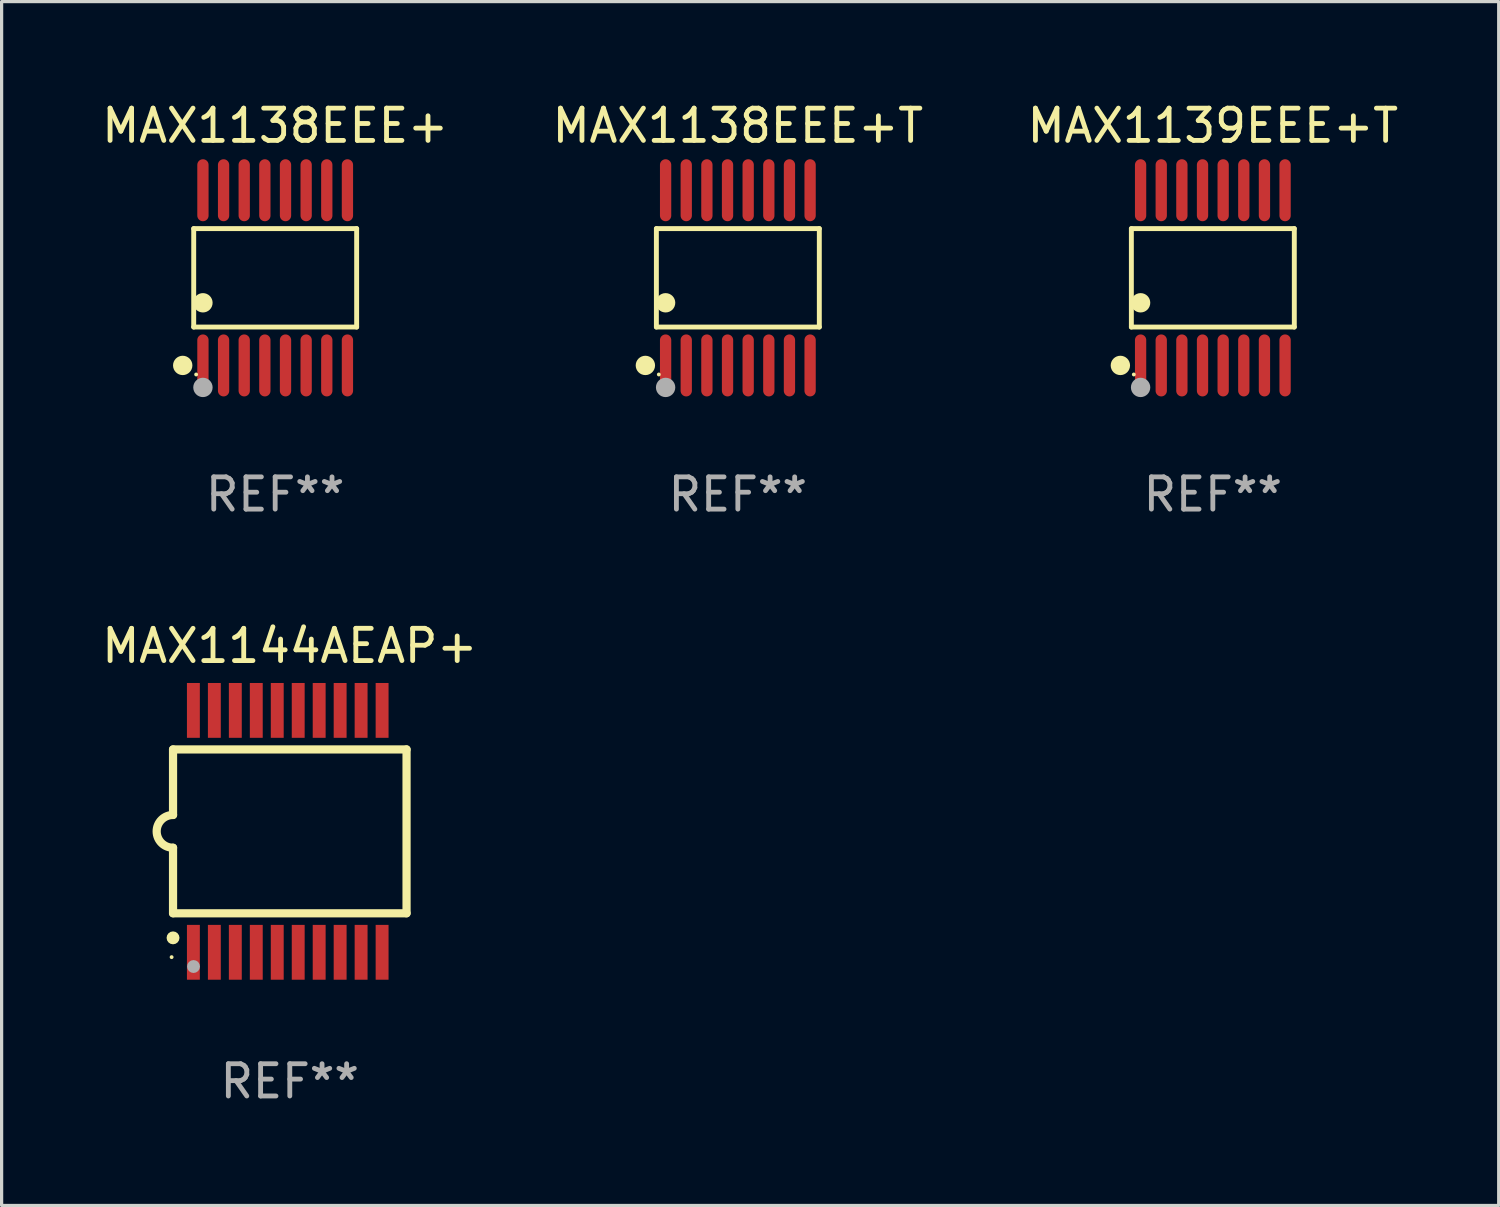
<source format=kicad_pcb>
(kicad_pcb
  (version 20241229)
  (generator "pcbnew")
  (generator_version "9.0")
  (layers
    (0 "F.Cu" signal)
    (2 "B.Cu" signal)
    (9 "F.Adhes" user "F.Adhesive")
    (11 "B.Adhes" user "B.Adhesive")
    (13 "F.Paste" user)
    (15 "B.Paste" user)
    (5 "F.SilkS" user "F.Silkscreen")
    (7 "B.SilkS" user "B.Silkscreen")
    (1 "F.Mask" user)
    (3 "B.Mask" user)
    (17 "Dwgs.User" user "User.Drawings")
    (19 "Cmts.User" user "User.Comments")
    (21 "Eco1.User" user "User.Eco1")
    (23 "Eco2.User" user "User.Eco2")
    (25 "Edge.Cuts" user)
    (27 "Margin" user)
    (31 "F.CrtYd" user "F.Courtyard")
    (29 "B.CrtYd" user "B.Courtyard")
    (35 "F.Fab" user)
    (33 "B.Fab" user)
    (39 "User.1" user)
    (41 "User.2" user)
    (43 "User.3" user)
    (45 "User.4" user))
  (footprint "MAX1138EEE+"
    (layer "F.Cu")
    (at 5.482 5.564)
    (property "Reference" "MAX1138EEE+" (at 0 -4.716 0) (layer "F.SilkS") (effects (font (size 1 1) (thickness 0.15))))
    (attr through_hole)
    (fp_line (start -2.526 -1.526) (end 2.526 -1.526) (stroke (width 0.152) (type solid)) (layer "F.SilkS"))
    (fp_line (start -2.526 1.526) (end -2.526 -1.526) (stroke (width 0.152) (type solid)) (layer "F.SilkS"))
    (fp_line (start 2.526 -1.526) (end 2.526 1.526) (stroke (width 0.152) (type solid)) (layer "F.SilkS"))
    (fp_line (start 2.526 1.526) (end -2.526 1.526) (stroke (width 0.152) (type solid)) (layer "F.SilkS"))
    (fp_circle (center -2.867 2.716) (end -2.717 2.716) (stroke (width 0.3) (type solid)) (fill no) (layer "F.SilkS"))
    (fp_circle (center -2.45 2.997) (end -2.42 2.997) (stroke (width 0.06) (type solid)) (fill no) (layer "F.SilkS"))
    (fp_circle (center -2.24 0.774) (end -2.09 0.774) (stroke (width 0.3) (type solid)) (fill no) (layer "F.SilkS"))
    (fp_circle (center -2.24 3.398) (end -2.09 3.398) (stroke (width 0.3) (type solid)) (fill no) (layer "F.Fab"))
    (fp_text user "REF**" (at 0 6.716 0) (layer "F.Fab") (effects (font (size 1 1) (thickness 0.15))))
    (pad "1" smd oval (at -2.24 2.716) (size 0.35 1.922) (layers "F.Cu" "F.Mask" "F.Paste"))
    (pad "2" smd oval (at -1.6 2.716) (size 0.35 1.922) (layers "F.Cu" "F.Mask" "F.Paste"))
    (pad "3" smd oval (at -0.96 2.716) (size 0.35 1.922) (layers "F.Cu" "F.Mask" "F.Paste"))
    (pad "4" smd oval (at -0.32 2.716) (size 0.35 1.922) (layers "F.Cu" "F.Mask" "F.Paste"))
    (pad "5" smd oval (at 0.32 2.716) (size 0.35 1.922) (layers "F.Cu" "F.Mask" "F.Paste"))
    (pad "6" smd oval (at 0.96 2.716) (size 0.35 1.922) (layers "F.Cu" "F.Mask" "F.Paste"))
    (pad "7" smd oval (at 1.6 2.716) (size 0.35 1.922) (layers "F.Cu" "F.Mask" "F.Paste"))
    (pad "8" smd oval (at 2.24 2.716) (size 0.35 1.922) (layers "F.Cu" "F.Mask" "F.Paste"))
    (pad "9" smd oval (at 2.24 -2.716) (size 0.35 1.922) (layers "F.Cu" "F.Mask" "F.Paste"))
    (pad "10" smd oval (at 1.6 -2.716) (size 0.35 1.922) (layers "F.Cu" "F.Mask" "F.Paste"))
    (pad "11" smd oval (at 0.96 -2.716) (size 0.35 1.922) (layers "F.Cu" "F.Mask" "F.Paste"))
    (pad "12" smd oval (at 0.32 -2.716) (size 0.35 1.922) (layers "F.Cu" "F.Mask" "F.Paste"))
    (pad "13" smd oval (at -0.32 -2.716) (size 0.35 1.922) (layers "F.Cu" "F.Mask" "F.Paste"))
    (pad "14" smd oval (at -0.96 -2.716) (size 0.35 1.922) (layers "F.Cu" "F.Mask" "F.Paste"))
    (pad "15" smd oval (at -1.6 -2.716) (size 0.35 1.922) (layers "F.Cu" "F.Mask" "F.Paste"))
    (pad "16" smd oval (at -2.24 -2.716) (size 0.35 1.922) (layers "F.Cu" "F.Mask" "F.Paste")))
  (footprint "MAX1138EEE+T"
    (layer "F.Cu")
    (at 19.827 5.564)
    (property "Reference" "MAX1138EEE+T" (at 0 -4.716 0) (layer "F.SilkS") (effects (font (size 1 1) (thickness 0.15))))
    (attr through_hole)
    (fp_line (start -2.526 -1.526) (end 2.526 -1.526) (stroke (width 0.152) (type solid)) (layer "F.SilkS"))
    (fp_line (start -2.526 1.526) (end -2.526 -1.526) (stroke (width 0.152) (type solid)) (layer "F.SilkS"))
    (fp_line (start 2.526 -1.526) (end 2.526 1.526) (stroke (width 0.152) (type solid)) (layer "F.SilkS"))
    (fp_line (start 2.526 1.526) (end -2.526 1.526) (stroke (width 0.152) (type solid)) (layer "F.SilkS"))
    (fp_circle (center -2.867 2.716) (end -2.717 2.716) (stroke (width 0.3) (type solid)) (fill no) (layer "F.SilkS"))
    (fp_circle (center -2.45 2.997) (end -2.42 2.997) (stroke (width 0.06) (type solid)) (fill no) (layer "F.SilkS"))
    (fp_circle (center -2.24 0.774) (end -2.09 0.774) (stroke (width 0.3) (type solid)) (fill no) (layer "F.SilkS"))
    (fp_circle (center -2.24 3.398) (end -2.09 3.398) (stroke (width 0.3) (type solid)) (fill no) (layer "F.Fab"))
    (fp_text user "REF**" (at 0 6.716 0) (layer "F.Fab") (effects (font (size 1 1) (thickness 0.15))))
    (pad "1" smd oval (at -2.24 2.716) (size 0.35 1.922) (layers "F.Cu" "F.Mask" "F.Paste"))
    (pad "2" smd oval (at -1.6 2.716) (size 0.35 1.922) (layers "F.Cu" "F.Mask" "F.Paste"))
    (pad "3" smd oval (at -0.96 2.716) (size 0.35 1.922) (layers "F.Cu" "F.Mask" "F.Paste"))
    (pad "4" smd oval (at -0.32 2.716) (size 0.35 1.922) (layers "F.Cu" "F.Mask" "F.Paste"))
    (pad "5" smd oval (at 0.32 2.716) (size 0.35 1.922) (layers "F.Cu" "F.Mask" "F.Paste"))
    (pad "6" smd oval (at 0.96 2.716) (size 0.35 1.922) (layers "F.Cu" "F.Mask" "F.Paste"))
    (pad "7" smd oval (at 1.6 2.716) (size 0.35 1.922) (layers "F.Cu" "F.Mask" "F.Paste"))
    (pad "8" smd oval (at 2.24 2.716) (size 0.35 1.922) (layers "F.Cu" "F.Mask" "F.Paste"))
    (pad "9" smd oval (at 2.24 -2.716) (size 0.35 1.922) (layers "F.Cu" "F.Mask" "F.Paste"))
    (pad "10" smd oval (at 1.6 -2.716) (size 0.35 1.922) (layers "F.Cu" "F.Mask" "F.Paste"))
    (pad "11" smd oval (at 0.96 -2.716) (size 0.35 1.922) (layers "F.Cu" "F.Mask" "F.Paste"))
    (pad "12" smd oval (at 0.32 -2.716) (size 0.35 1.922) (layers "F.Cu" "F.Mask" "F.Paste"))
    (pad "13" smd oval (at -0.32 -2.716) (size 0.35 1.922) (layers "F.Cu" "F.Mask" "F.Paste"))
    (pad "14" smd oval (at -0.96 -2.716) (size 0.35 1.922) (layers "F.Cu" "F.Mask" "F.Paste"))
    (pad "15" smd oval (at -1.6 -2.716) (size 0.35 1.922) (layers "F.Cu" "F.Mask" "F.Paste"))
    (pad "16" smd oval (at -2.24 -2.716) (size 0.35 1.922) (layers "F.Cu" "F.Mask" "F.Paste")))
  (footprint "MAX1139EEE+T"
    (layer "F.Cu")
    (at 34.554 5.564)
    (property "Reference" "MAX1139EEE+T" (at 0 -4.716 0) (layer "F.SilkS") (effects (font (size 1 1) (thickness 0.15))))
    (attr through_hole)
    (fp_line (start -2.526 -1.526) (end 2.526 -1.526) (stroke (width 0.152) (type solid)) (layer "F.SilkS"))
    (fp_line (start -2.526 1.526) (end -2.526 -1.526) (stroke (width 0.152) (type solid)) (layer "F.SilkS"))
    (fp_line (start 2.526 -1.526) (end 2.526 1.526) (stroke (width 0.152) (type solid)) (layer "F.SilkS"))
    (fp_line (start 2.526 1.526) (end -2.526 1.526) (stroke (width 0.152) (type solid)) (layer "F.SilkS"))
    (fp_circle (center -2.867 2.716) (end -2.717 2.716) (stroke (width 0.3) (type solid)) (fill no) (layer "F.SilkS"))
    (fp_circle (center -2.45 2.997) (end -2.42 2.997) (stroke (width 0.06) (type solid)) (fill no) (layer "F.SilkS"))
    (fp_circle (center -2.24 0.774) (end -2.09 0.774) (stroke (width 0.3) (type solid)) (fill no) (layer "F.SilkS"))
    (fp_circle (center -2.24 3.398) (end -2.09 3.398) (stroke (width 0.3) (type solid)) (fill no) (layer "F.Fab"))
    (fp_text user "REF**" (at 0 6.716 0) (layer "F.Fab") (effects (font (size 1 1) (thickness 0.15))))
    (pad "1" smd oval (at -2.24 2.716) (size 0.35 1.922) (layers "F.Cu" "F.Mask" "F.Paste"))
    (pad "2" smd oval (at -1.6 2.716) (size 0.35 1.922) (layers "F.Cu" "F.Mask" "F.Paste"))
    (pad "3" smd oval (at -0.96 2.716) (size 0.35 1.922) (layers "F.Cu" "F.Mask" "F.Paste"))
    (pad "4" smd oval (at -0.32 2.716) (size 0.35 1.922) (layers "F.Cu" "F.Mask" "F.Paste"))
    (pad "5" smd oval (at 0.32 2.716) (size 0.35 1.922) (layers "F.Cu" "F.Mask" "F.Paste"))
    (pad "6" smd oval (at 0.96 2.716) (size 0.35 1.922) (layers "F.Cu" "F.Mask" "F.Paste"))
    (pad "7" smd oval (at 1.6 2.716) (size 0.35 1.922) (layers "F.Cu" "F.Mask" "F.Paste"))
    (pad "8" smd oval (at 2.24 2.716) (size 0.35 1.922) (layers "F.Cu" "F.Mask" "F.Paste"))
    (pad "9" smd oval (at 2.24 -2.716) (size 0.35 1.922) (layers "F.Cu" "F.Mask" "F.Paste"))
    (pad "10" smd oval (at 1.6 -2.716) (size 0.35 1.922) (layers "F.Cu" "F.Mask" "F.Paste"))
    (pad "11" smd oval (at 0.96 -2.716) (size 0.35 1.922) (layers "F.Cu" "F.Mask" "F.Paste"))
    (pad "12" smd oval (at 0.32 -2.716) (size 0.35 1.922) (layers "F.Cu" "F.Mask" "F.Paste"))
    (pad "13" smd oval (at -0.32 -2.716) (size 0.35 1.922) (layers "F.Cu" "F.Mask" "F.Paste"))
    (pad "14" smd oval (at -0.96 -2.716) (size 0.35 1.922) (layers "F.Cu" "F.Mask" "F.Paste"))
    (pad "15" smd oval (at -1.6 -2.716) (size 0.35 1.922) (layers "F.Cu" "F.Mask" "F.Paste"))
    (pad "16" smd oval (at -2.24 -2.716) (size 0.35 1.922) (layers "F.Cu" "F.Mask" "F.Paste")))
  (footprint "MAX1144AEAP+"
    (layer "F.Cu")
    (at 5.935 22.726)
    (property "Reference" "MAX1144AEAP+" (at 0 -5.75 0) (layer "F.SilkS") (effects (font (size 1 1) (thickness 0.15))))
    (attr through_hole)
    (fp_line (start -3.62 -2.54) (end 3.62 -2.54) (stroke (width 0.254) (type solid)) (layer "F.SilkS"))
    (fp_line (start -3.62 -0.508) (end -3.62 -2.54) (stroke (width 0.254) (type solid)) (layer "F.SilkS"))
    (fp_line (start -3.62 2.54) (end -3.62 0.508) (stroke (width 0.254) (type solid)) (layer "F.SilkS"))
    (fp_line (start 3.62 -2.54) (end 3.62 2.54) (stroke (width 0.254) (type solid)) (layer "F.SilkS"))
    (fp_line (start 3.62 2.54) (end -3.62 2.54) (stroke (width 0.254) (type solid)) (layer "F.SilkS"))
    (fp_arc (start -3.619507 0.508052) (mid -4.125607 0.000051) (end -3.619507 -0.50795) (stroke (width 0.254001) (type solid)) (layer "F.SilkS"))
    (fp_circle (center -3.664 3.9) (end -3.634 3.9) (stroke (width 0.06) (type solid)) (fill no) (layer "F.SilkS"))
    (fp_circle (center -3.62 3.302) (end -3.52 3.302) (stroke (width 0.2) (type solid)) (fill no) (layer "F.SilkS"))
    (fp_circle (center -2.985 4.191) (end -2.885 4.191) (stroke (width 0.2) (type solid)) (fill no) (layer "F.Fab"))
    (fp_text user "REF**" (at 0 7.75 0) (layer "F.Fab") (effects (font (size 1 1) (thickness 0.15))))
    (pad "1" smd rect (at -2.989 3.75) (size 0.4 1.7) (layers "F.Cu" "F.Mask" "F.Paste"))
    (pad "2" smd rect (at -2.339 3.75) (size 0.4 1.7) (layers "F.Cu" "F.Mask" "F.Paste"))
    (pad "3" smd rect (at -1.689 3.75) (size 0.4 1.7) (layers "F.Cu" "F.Mask" "F.Paste"))
    (pad "4" smd rect (at -1.039 3.75) (size 0.4 1.7) (layers "F.Cu" "F.Mask" "F.Paste"))
    (pad "5" smd rect (at -0.389 3.75) (size 0.4 1.7) (layers "F.Cu" "F.Mask" "F.Paste"))
    (pad "6" smd rect (at 0.261 3.75) (size 0.4 1.7) (layers "F.Cu" "F.Mask" "F.Paste"))
    (pad "7" smd rect (at 0.911 3.75) (size 0.4 1.7) (layers "F.Cu" "F.Mask" "F.Paste"))
    (pad "8" smd rect (at 1.561 3.75) (size 0.4 1.7) (layers "F.Cu" "F.Mask" "F.Paste"))
    (pad "9" smd rect (at 2.211 3.75) (size 0.4 1.7) (layers "F.Cu" "F.Mask" "F.Paste"))
    (pad "10" smd rect (at 2.862 3.75) (size 0.4 1.7) (layers "F.Cu" "F.Mask" "F.Paste"))
    (pad "11" smd rect (at 2.862 -3.75) (size 0.4 1.7) (layers "F.Cu" "F.Mask" "F.Paste"))
    (pad "12" smd rect (at 2.211 -3.75) (size 0.4 1.7) (layers "F.Cu" "F.Mask" "F.Paste"))
    (pad "13" smd rect (at 1.561 -3.75) (size 0.4 1.7) (layers "F.Cu" "F.Mask" "F.Paste"))
    (pad "14" smd rect (at 0.911 -3.75) (size 0.4 1.7) (layers "F.Cu" "F.Mask" "F.Paste"))
    (pad "15" smd rect (at 0.261 -3.75) (size 0.4 1.7) (layers "F.Cu" "F.Mask" "F.Paste"))
    (pad "16" smd rect (at -0.389 -3.75) (size 0.4 1.7) (layers "F.Cu" "F.Mask" "F.Paste"))
    (pad "17" smd rect (at -1.039 -3.75) (size 0.4 1.7) (layers "F.Cu" "F.Mask" "F.Paste"))
    (pad "18" smd rect (at -1.689 -3.75) (size 0.4 1.7) (layers "F.Cu" "F.Mask" "F.Paste"))
    (pad "19" smd rect (at -2.339 -3.75) (size 0.4 1.7) (layers "F.Cu" "F.Mask" "F.Paste"))
    (pad "20" smd rect (at -2.989 -3.75) (size 0.4 1.7) (layers "F.Cu" "F.Mask" "F.Paste")))
  (gr_rect
    (start -3 -3)
    (end 43.417 34.325)
    (stroke (width 0.1) (type default))
    (fill no)
    (layer "Edge.Cuts")))
</source>
